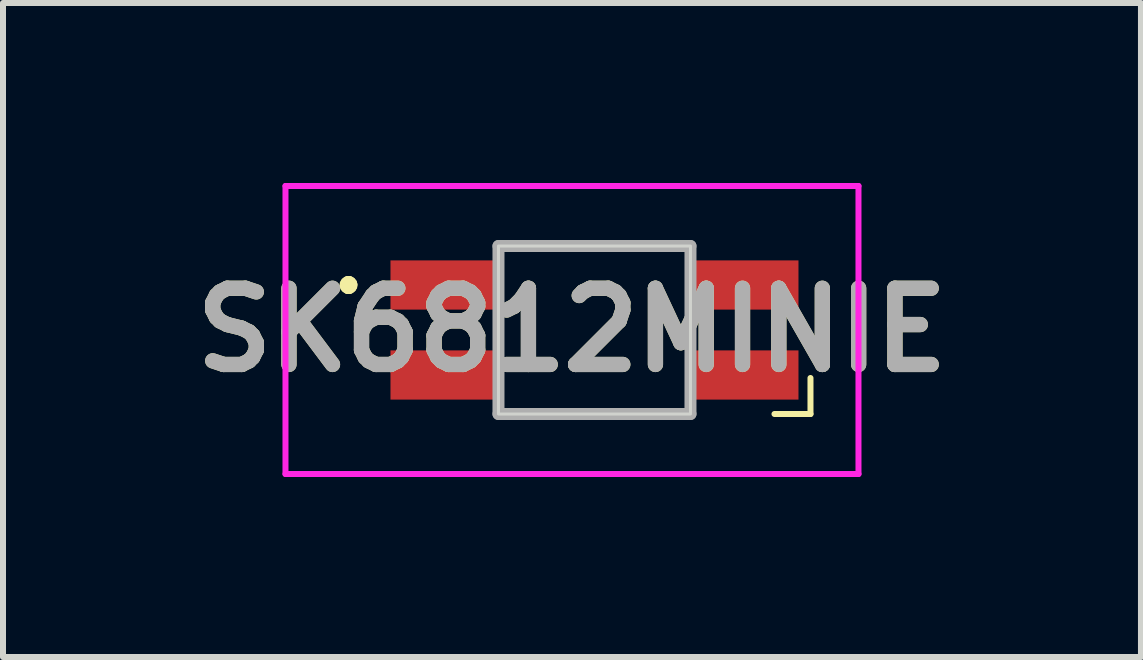
<source format=kicad_pcb>
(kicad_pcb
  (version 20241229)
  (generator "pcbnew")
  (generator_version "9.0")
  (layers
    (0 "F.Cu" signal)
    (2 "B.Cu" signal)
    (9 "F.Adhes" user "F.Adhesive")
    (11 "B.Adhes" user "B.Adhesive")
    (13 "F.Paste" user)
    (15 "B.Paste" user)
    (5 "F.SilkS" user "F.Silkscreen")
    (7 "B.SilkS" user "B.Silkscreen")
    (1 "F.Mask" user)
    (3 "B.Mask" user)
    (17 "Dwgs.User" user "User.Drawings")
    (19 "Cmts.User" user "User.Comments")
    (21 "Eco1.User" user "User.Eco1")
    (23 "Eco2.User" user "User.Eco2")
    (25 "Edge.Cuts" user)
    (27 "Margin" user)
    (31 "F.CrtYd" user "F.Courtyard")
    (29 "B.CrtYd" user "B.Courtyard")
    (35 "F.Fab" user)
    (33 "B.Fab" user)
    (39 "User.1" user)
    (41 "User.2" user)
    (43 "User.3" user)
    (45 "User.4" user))
  (footprint "SK6812MINIE"
    (layer "F.Cu")
    (at 6.858 2.45)
    (property "Reference" "SK6812MINIE" (at -0.375 0 0) (layer "F.SilkS") (effects (font (size 1.27 1.27) (thickness 0.254))))
    (attr smd)
    (fp_line (start -4.1 -0.8) (end -4.1 -0.8) (stroke (width 0.2) (type solid)) (layer "F.SilkS"))
    (fp_line (start -4.1 -0.7) (end -4.1 -0.7) (stroke (width 0.2) (type solid)) (layer "F.SilkS"))
    (fp_line (start -4.1 -0.7) (end -4.1 -0.7) (stroke (width 0.2) (type solid)) (layer "F.SilkS"))
    (fp_line (start -1.25 -1.4) (end -1.25 -1.4) (stroke (width 0.1) (type solid)) (layer "F.SilkS"))
    (fp_line (start -1.25 -1.4) (end 1.25 -1.4) (stroke (width 0.1) (type solid)) (layer "F.SilkS"))
    (fp_line (start -1.25 1.4) (end -1.25 1.4) (stroke (width 0.1) (type solid)) (layer "F.SilkS"))
    (fp_line (start -1.25 1.4) (end 1.25 1.4) (stroke (width 0.1) (type solid)) (layer "F.SilkS"))
    (fp_line (start 1.25 -1.4) (end -1.25 -1.4) (stroke (width 0.1) (type solid)) (layer "F.SilkS"))
    (fp_line (start 1.25 -1.4) (end 1.25 -1.4) (stroke (width 0.1) (type solid)) (layer "F.SilkS"))
    (fp_line (start 1.25 1.4) (end -1.25 1.4) (stroke (width 0.1) (type solid)) (layer "F.SilkS"))
    (fp_line (start 1.25 1.4) (end 1.25 1.4) (stroke (width 0.1) (type solid)) (layer "F.SilkS"))
    (fp_line (start 3 1.4) (end 3.6 1.4) (stroke (width 0.1) (type default)) (layer "F.SilkS"))
    (fp_line (start 3.6 1.4) (end 3.6 0.8) (stroke (width 0.1) (type default)) (layer "F.SilkS"))
    (fp_arc (start -4.1 -0.8) (mid -4.05 -0.75) (end -4.1 -0.7) (stroke (width 0.2) (type solid)) (layer "F.SilkS"))
    (fp_arc (start -4.1 -0.8) (mid -4.05 -0.75) (end -4.1 -0.7) (stroke (width 0.2) (type solid)) (layer "F.SilkS"))
    (fp_arc (start -4.1 -0.7) (mid -4.15 -0.75) (end -4.1 -0.8) (stroke (width 0.2) (type solid)) (layer "F.SilkS"))
    (fp_rect (start -1.6 -1.4) (end 1.6 1.4) (stroke (width 0.05) (type default)) (fill no) (layer "Edge.Cuts"))
    (fp_line (start -5.15 -2.4) (end 4.4 -2.4) (stroke (width 0.1) (type solid)) (layer "F.CrtYd"))
    (fp_line (start -5.15 2.4) (end -5.15 -2.4) (stroke (width 0.1) (type solid)) (layer "F.CrtYd"))
    (fp_line (start 4.4 -2.4) (end 4.4 2.4) (stroke (width 0.1) (type solid)) (layer "F.CrtYd"))
    (fp_line (start 4.4 2.4) (end -5.15 2.4) (stroke (width 0.1) (type solid)) (layer "F.CrtYd"))
    (fp_line (start -1.6 -1.4) (end -1.6 1.4) (stroke (width 0.2) (type solid)) (layer "F.Fab"))
    (fp_line (start -1.6 1.4) (end 1.6 1.4) (stroke (width 0.2) (type solid)) (layer "F.Fab"))
    (fp_line (start 1.6 -1.4) (end -1.6 -1.4) (stroke (width 0.2) (type solid)) (layer "F.Fab"))
    (fp_line (start 1.6 1.4) (end 1.6 -1.4) (stroke (width 0.2) (type solid)) (layer "F.Fab"))
    (fp_text user "${REFERENCE}" (at -0.375 0 0) (layer "F.Fab") (effects (font (size 1.27 1.27) (thickness 0.254))))
    (pad "1" smd rect (at -2.5 -0.75 90) (size 0.82 1.8) (layers "F.Cu" "F.Mask" "F.Paste"))
    (pad "2" smd rect (at -2.5 0.75 90) (size 0.82 1.8) (layers "F.Cu" "F.Mask" "F.Paste"))
    (pad "3" smd rect (at 2.5 0.75 90) (size 0.82 1.8) (layers "F.Cu" "F.Mask" "F.Paste"))
    (pad "4" smd rect (at 2.5 -0.75 90) (size 0.82 1.8) (layers "F.Cu" "F.Mask" "F.Paste")))
  (gr_rect
    (start -3 -3)
    (end 15.966 7.9)
    (stroke (width 0.1) (type default))
    (fill no)
    (layer "Edge.Cuts")))
</source>
